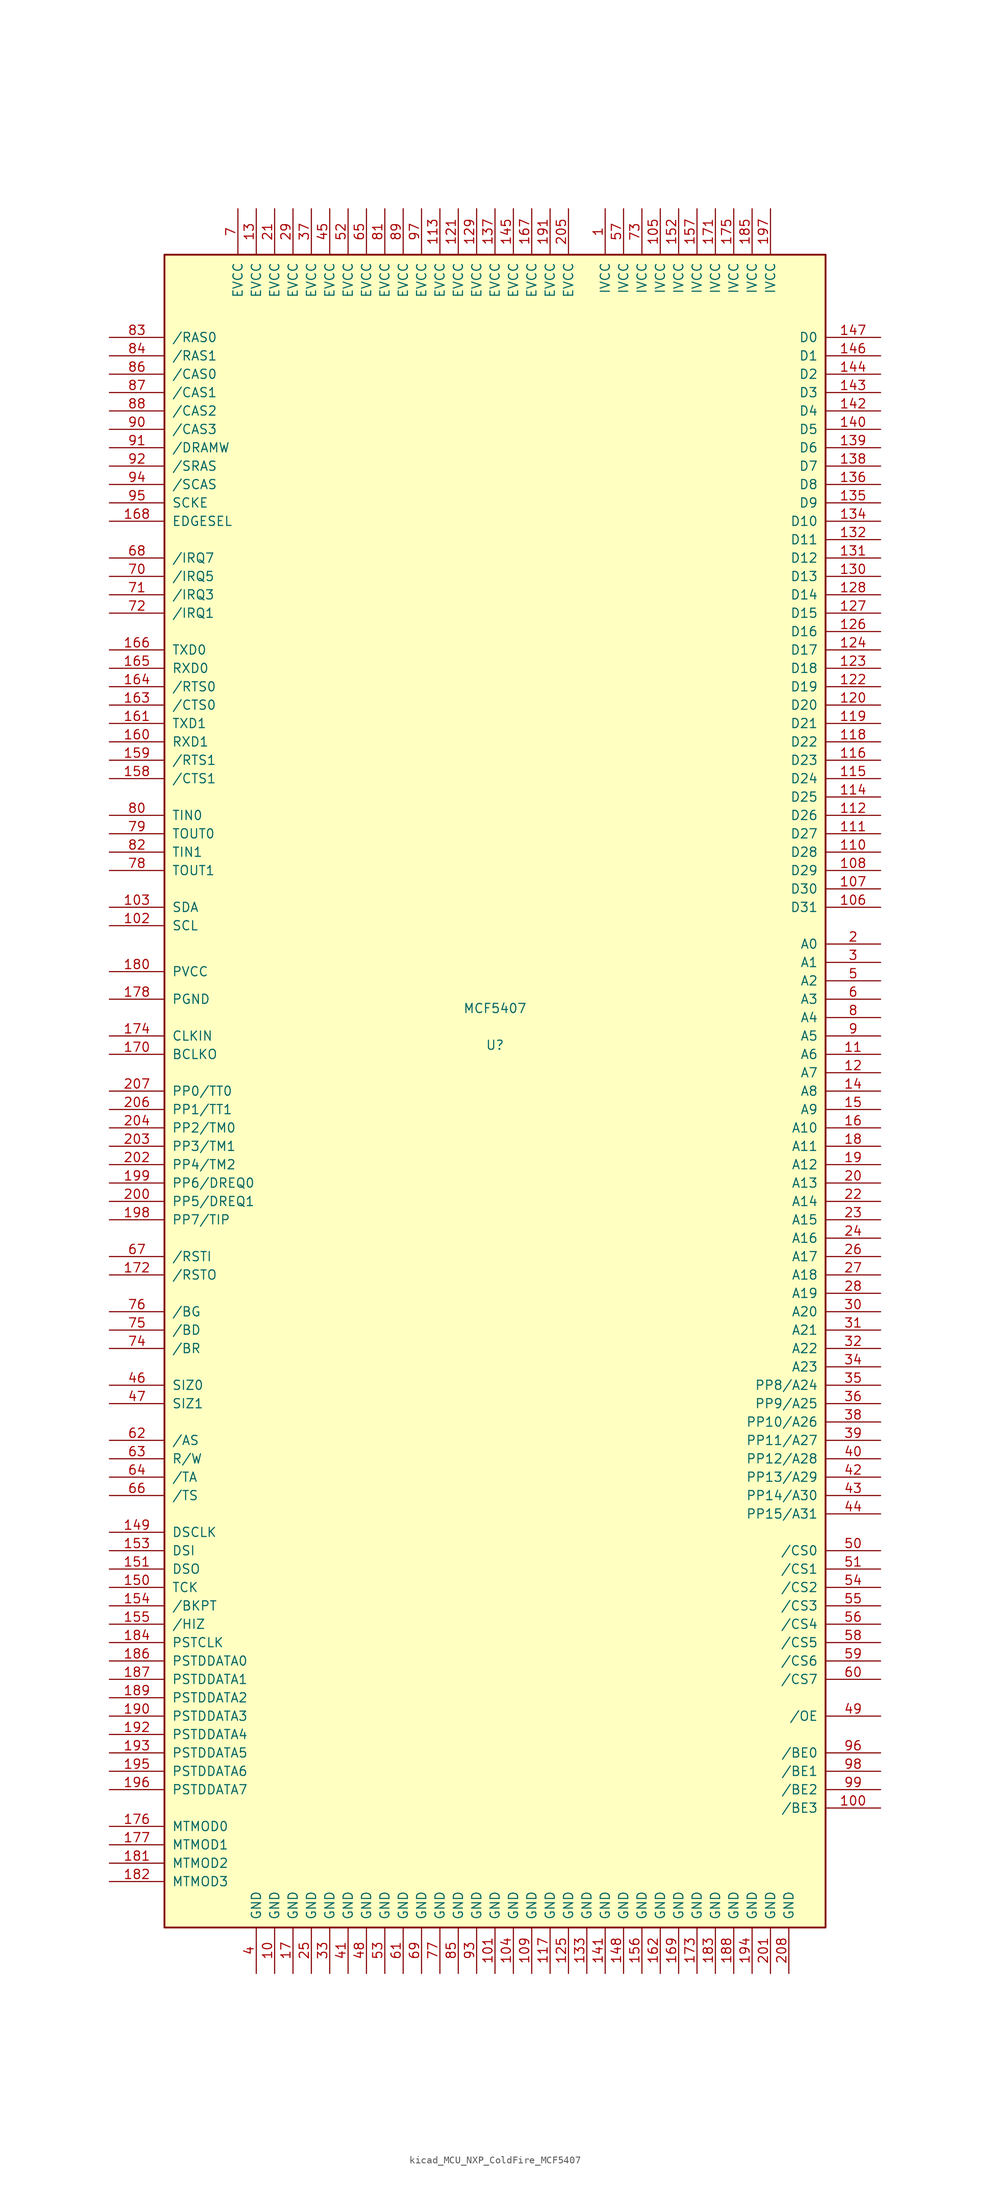
<source format=kicad_sym>
(kicad_symbol_lib
  (version 20220914)
  (generator kicad_symbol_editor)
  (symbol "kicad_MCU_NXP_ColdFire_MCF5407"
    (pin_names
      (offset 1.016))
    (property "Reference" "U"
      (at 0 6.35 0)
      (effects (font (size 1.27 1.27))))
    (property "Value" "MCF5407"
      (at 0 11.43 0)
      (effects (font (size 1.27 1.27))))
    (symbol "kicad_MCU_NXP_ColdFire_MCF5407_0_1"
      (rectangle (start -45.72 115.57) (end 45.72 -115.57) (stroke (width 0.254) (type default)) (fill (type background))))
    (symbol "kicad_MCU_NXP_ColdFire_MCF5407_1_1"
      (pin power_in line (at 15.24 121.92 270) (length 6.35) (name "IVCC" (effects (font (size 1.27 1.27)))) (number "1" (effects (font (size 1.27 1.27)))))
      (pin power_in line (at -30.48 -121.92 90) (length 6.35) (name "GND" (effects (font (size 1.27 1.27)))) (number "10" (effects (font (size 1.27 1.27)))))
      (pin bidirectional line (at 53.34 -99.06 180) (length 7.62) (name "/BE3" (effects (font (size 1.27 1.27)))) (number "100" (effects (font (size 1.27 1.27)))))
      (pin power_in line (at 0 -121.92 90) (length 6.35) (name "GND" (effects (font (size 1.27 1.27)))) (number "101" (effects (font (size 1.27 1.27)))))
      (pin bidirectional line (at -53.34 22.86 0) (length 7.62) (name "SCL" (effects (font (size 1.27 1.27)))) (number "102" (effects (font (size 1.27 1.27)))))
      (pin bidirectional line (at -53.34 25.4 0) (length 7.62) (name "SDA" (effects (font (size 1.27 1.27)))) (number "103" (effects (font (size 1.27 1.27)))))
      (pin power_in line (at 2.54 -121.92 90) (length 6.35) (name "GND" (effects (font (size 1.27 1.27)))) (number "104" (effects (font (size 1.27 1.27)))))
      (pin power_in line (at 22.86 121.92 270) (length 6.35) (name "IVCC" (effects (font (size 1.27 1.27)))) (number "105" (effects (font (size 1.27 1.27)))))
      (pin bidirectional line (at 53.34 25.4 180) (length 7.62) (name "D31" (effects (font (size 1.27 1.27)))) (number "106" (effects (font (size 1.27 1.27)))))
      (pin bidirectional line (at 53.34 27.94 180) (length 7.62) (name "D30" (effects (font (size 1.27 1.27)))) (number "107" (effects (font (size 1.27 1.27)))))
      (pin bidirectional line (at 53.34 30.48 180) (length 7.62) (name "D29" (effects (font (size 1.27 1.27)))) (number "108" (effects (font (size 1.27 1.27)))))
      (pin power_in line (at 5.08 -121.92 90) (length 6.35) (name "GND" (effects (font (size 1.27 1.27)))) (number "109" (effects (font (size 1.27 1.27)))))
      (pin bidirectional line (at 53.34 5.08 180) (length 7.62) (name "A6" (effects (font (size 1.27 1.27)))) (number "11" (effects (font (size 1.27 1.27)))))
      (pin bidirectional line (at 53.34 33.02 180) (length 7.62) (name "D28" (effects (font (size 1.27 1.27)))) (number "110" (effects (font (size 1.27 1.27)))))
      (pin bidirectional line (at 53.34 35.56 180) (length 7.62) (name "D27" (effects (font (size 1.27 1.27)))) (number "111" (effects (font (size 1.27 1.27)))))
      (pin bidirectional line (at 53.34 38.1 180) (length 7.62) (name "D26" (effects (font (size 1.27 1.27)))) (number "112" (effects (font (size 1.27 1.27)))))
      (pin power_in line (at -7.62 121.92 270) (length 6.35) (name "EVCC" (effects (font (size 1.27 1.27)))) (number "113" (effects (font (size 1.27 1.27)))))
      (pin bidirectional line (at 53.34 40.64 180) (length 7.62) (name "D25" (effects (font (size 1.27 1.27)))) (number "114" (effects (font (size 1.27 1.27)))))
      (pin bidirectional line (at 53.34 43.18 180) (length 7.62) (name "D24" (effects (font (size 1.27 1.27)))) (number "115" (effects (font (size 1.27 1.27)))))
      (pin bidirectional line (at 53.34 45.72 180) (length 7.62) (name "D23" (effects (font (size 1.27 1.27)))) (number "116" (effects (font (size 1.27 1.27)))))
      (pin power_in line (at 7.62 -121.92 90) (length 6.35) (name "GND" (effects (font (size 1.27 1.27)))) (number "117" (effects (font (size 1.27 1.27)))))
      (pin bidirectional line (at 53.34 48.26 180) (length 7.62) (name "D22" (effects (font (size 1.27 1.27)))) (number "118" (effects (font (size 1.27 1.27)))))
      (pin bidirectional line (at 53.34 50.8 180) (length 7.62) (name "D21" (effects (font (size 1.27 1.27)))) (number "119" (effects (font (size 1.27 1.27)))))
      (pin bidirectional line (at 53.34 2.54 180) (length 7.62) (name "A7" (effects (font (size 1.27 1.27)))) (number "12" (effects (font (size 1.27 1.27)))))
      (pin bidirectional line (at 53.34 53.34 180) (length 7.62) (name "D20" (effects (font (size 1.27 1.27)))) (number "120" (effects (font (size 1.27 1.27)))))
      (pin power_in line (at -5.08 121.92 270) (length 6.35) (name "EVCC" (effects (font (size 1.27 1.27)))) (number "121" (effects (font (size 1.27 1.27)))))
      (pin bidirectional line (at 53.34 55.88 180) (length 7.62) (name "D19" (effects (font (size 1.27 1.27)))) (number "122" (effects (font (size 1.27 1.27)))))
      (pin bidirectional line (at 53.34 58.42 180) (length 7.62) (name "D18" (effects (font (size 1.27 1.27)))) (number "123" (effects (font (size 1.27 1.27)))))
      (pin bidirectional line (at 53.34 60.96 180) (length 7.62) (name "D17" (effects (font (size 1.27 1.27)))) (number "124" (effects (font (size 1.27 1.27)))))
      (pin power_in line (at 10.16 -121.92 90) (length 6.35) (name "GND" (effects (font (size 1.27 1.27)))) (number "125" (effects (font (size 1.27 1.27)))))
      (pin bidirectional line (at 53.34 63.5 180) (length 7.62) (name "D16" (effects (font (size 1.27 1.27)))) (number "126" (effects (font (size 1.27 1.27)))))
      (pin bidirectional line (at 53.34 66.04 180) (length 7.62) (name "D15" (effects (font (size 1.27 1.27)))) (number "127" (effects (font (size 1.27 1.27)))))
      (pin bidirectional line (at 53.34 68.58 180) (length 7.62) (name "D14" (effects (font (size 1.27 1.27)))) (number "128" (effects (font (size 1.27 1.27)))))
      (pin power_in line (at -2.54 121.92 270) (length 6.35) (name "EVCC" (effects (font (size 1.27 1.27)))) (number "129" (effects (font (size 1.27 1.27)))))
      (pin power_in line (at -33.02 121.92 270) (length 6.35) (name "EVCC" (effects (font (size 1.27 1.27)))) (number "13" (effects (font (size 1.27 1.27)))))
      (pin bidirectional line (at 53.34 71.12 180) (length 7.62) (name "D13" (effects (font (size 1.27 1.27)))) (number "130" (effects (font (size 1.27 1.27)))))
      (pin bidirectional line (at 53.34 73.66 180) (length 7.62) (name "D12" (effects (font (size 1.27 1.27)))) (number "131" (effects (font (size 1.27 1.27)))))
      (pin bidirectional line (at 53.34 76.2 180) (length 7.62) (name "D11" (effects (font (size 1.27 1.27)))) (number "132" (effects (font (size 1.27 1.27)))))
      (pin power_in line (at 12.7 -121.92 90) (length 6.35) (name "GND" (effects (font (size 1.27 1.27)))) (number "133" (effects (font (size 1.27 1.27)))))
      (pin bidirectional line (at 53.34 78.74 180) (length 7.62) (name "D10" (effects (font (size 1.27 1.27)))) (number "134" (effects (font (size 1.27 1.27)))))
      (pin bidirectional line (at 53.34 81.28 180) (length 7.62) (name "D9" (effects (font (size 1.27 1.27)))) (number "135" (effects (font (size 1.27 1.27)))))
      (pin bidirectional line (at 53.34 83.82 180) (length 7.62) (name "D8" (effects (font (size 1.27 1.27)))) (number "136" (effects (font (size 1.27 1.27)))))
      (pin power_in line (at 0 121.92 270) (length 6.35) (name "EVCC" (effects (font (size 1.27 1.27)))) (number "137" (effects (font (size 1.27 1.27)))))
      (pin bidirectional line (at 53.34 86.36 180) (length 7.62) (name "D7" (effects (font (size 1.27 1.27)))) (number "138" (effects (font (size 1.27 1.27)))))
      (pin bidirectional line (at 53.34 88.9 180) (length 7.62) (name "D6" (effects (font (size 1.27 1.27)))) (number "139" (effects (font (size 1.27 1.27)))))
      (pin bidirectional line (at 53.34 0 180) (length 7.62) (name "A8" (effects (font (size 1.27 1.27)))) (number "14" (effects (font (size 1.27 1.27)))))
      (pin bidirectional line (at 53.34 91.44 180) (length 7.62) (name "D5" (effects (font (size 1.27 1.27)))) (number "140" (effects (font (size 1.27 1.27)))))
      (pin power_in line (at 15.24 -121.92 90) (length 6.35) (name "GND" (effects (font (size 1.27 1.27)))) (number "141" (effects (font (size 1.27 1.27)))))
      (pin bidirectional line (at 53.34 93.98 180) (length 7.62) (name "D4" (effects (font (size 1.27 1.27)))) (number "142" (effects (font (size 1.27 1.27)))))
      (pin bidirectional line (at 53.34 96.52 180) (length 7.62) (name "D3" (effects (font (size 1.27 1.27)))) (number "143" (effects (font (size 1.27 1.27)))))
      (pin bidirectional line (at 53.34 99.06 180) (length 7.62) (name "D2" (effects (font (size 1.27 1.27)))) (number "144" (effects (font (size 1.27 1.27)))))
      (pin power_in line (at 2.54 121.92 270) (length 6.35) (name "EVCC" (effects (font (size 1.27 1.27)))) (number "145" (effects (font (size 1.27 1.27)))))
      (pin bidirectional line (at 53.34 101.6 180) (length 7.62) (name "D1" (effects (font (size 1.27 1.27)))) (number "146" (effects (font (size 1.27 1.27)))))
      (pin bidirectional line (at 53.34 104.14 180) (length 7.62) (name "D0" (effects (font (size 1.27 1.27)))) (number "147" (effects (font (size 1.27 1.27)))))
      (pin power_in line (at 17.78 -121.92 90) (length 6.35) (name "GND" (effects (font (size 1.27 1.27)))) (number "148" (effects (font (size 1.27 1.27)))))
      (pin input line (at -53.34 -60.96 0) (length 7.62) (name "DSCLK" (effects (font (size 1.27 1.27)))) (number "149" (effects (font (size 1.27 1.27)))))
      (pin bidirectional line (at 53.34 -2.54 180) (length 7.62) (name "A9" (effects (font (size 1.27 1.27)))) (number "15" (effects (font (size 1.27 1.27)))))
      (pin input line (at -53.34 -68.58 0) (length 7.62) (name "TCK" (effects (font (size 1.27 1.27)))) (number "150" (effects (font (size 1.27 1.27)))))
      (pin output line (at -53.34 -66.04 0) (length 7.62) (name "DSO" (effects (font (size 1.27 1.27)))) (number "151" (effects (font (size 1.27 1.27)))))
      (pin power_in line (at 25.4 121.92 270) (length 6.35) (name "IVCC" (effects (font (size 1.27 1.27)))) (number "152" (effects (font (size 1.27 1.27)))))
      (pin input line (at -53.34 -63.5 0) (length 7.62) (name "DSI" (effects (font (size 1.27 1.27)))) (number "153" (effects (font (size 1.27 1.27)))))
      (pin input line (at -53.34 -71.12 0) (length 7.62) (name "/BKPT" (effects (font (size 1.27 1.27)))) (number "154" (effects (font (size 1.27 1.27)))))
      (pin input line (at -53.34 -73.66 0) (length 7.62) (name "/HIZ" (effects (font (size 1.27 1.27)))) (number "155" (effects (font (size 1.27 1.27)))))
      (pin power_in line (at 20.32 -121.92 90) (length 6.35) (name "GND" (effects (font (size 1.27 1.27)))) (number "156" (effects (font (size 1.27 1.27)))))
      (pin power_in line (at 27.94 121.92 270) (length 6.35) (name "IVCC" (effects (font (size 1.27 1.27)))) (number "157" (effects (font (size 1.27 1.27)))))
      (pin input line (at -53.34 43.18 0) (length 7.62) (name "/CTS1" (effects (font (size 1.27 1.27)))) (number "158" (effects (font (size 1.27 1.27)))))
      (pin output line (at -53.34 45.72 0) (length 7.62) (name "/RTS1" (effects (font (size 1.27 1.27)))) (number "159" (effects (font (size 1.27 1.27)))))
      (pin bidirectional line (at 53.34 -5.08 180) (length 7.62) (name "A10" (effects (font (size 1.27 1.27)))) (number "16" (effects (font (size 1.27 1.27)))))
      (pin input line (at -53.34 48.26 0) (length 7.62) (name "RXD1" (effects (font (size 1.27 1.27)))) (number "160" (effects (font (size 1.27 1.27)))))
      (pin output line (at -53.34 50.8 0) (length 7.62) (name "TXD1" (effects (font (size 1.27 1.27)))) (number "161" (effects (font (size 1.27 1.27)))))
      (pin power_in line (at 22.86 -121.92 90) (length 6.35) (name "GND" (effects (font (size 1.27 1.27)))) (number "162" (effects (font (size 1.27 1.27)))))
      (pin input line (at -53.34 53.34 0) (length 7.62) (name "/CTS0" (effects (font (size 1.27 1.27)))) (number "163" (effects (font (size 1.27 1.27)))))
      (pin output line (at -53.34 55.88 0) (length 7.62) (name "/RTS0" (effects (font (size 1.27 1.27)))) (number "164" (effects (font (size 1.27 1.27)))))
      (pin input line (at -53.34 58.42 0) (length 7.62) (name "RXD0" (effects (font (size 1.27 1.27)))) (number "165" (effects (font (size 1.27 1.27)))))
      (pin output line (at -53.34 60.96 0) (length 7.62) (name "TXD0" (effects (font (size 1.27 1.27)))) (number "166" (effects (font (size 1.27 1.27)))))
      (pin power_in line (at 5.08 121.92 270) (length 6.35) (name "EVCC" (effects (font (size 1.27 1.27)))) (number "167" (effects (font (size 1.27 1.27)))))
      (pin input line (at -53.34 78.74 0) (length 7.62) (name "EDGESEL" (effects (font (size 1.27 1.27)))) (number "168" (effects (font (size 1.27 1.27)))))
      (pin power_in line (at 25.4 -121.92 90) (length 6.35) (name "GND" (effects (font (size 1.27 1.27)))) (number "169" (effects (font (size 1.27 1.27)))))
      (pin power_in line (at -27.94 -121.92 90) (length 6.35) (name "GND" (effects (font (size 1.27 1.27)))) (number "17" (effects (font (size 1.27 1.27)))))
      (pin output line (at -53.34 5.08 0) (length 7.62) (name "BCLKO" (effects (font (size 1.27 1.27)))) (number "170" (effects (font (size 1.27 1.27)))))
      (pin power_in line (at 30.48 121.92 270) (length 6.35) (name "IVCC" (effects (font (size 1.27 1.27)))) (number "171" (effects (font (size 1.27 1.27)))))
      (pin output line (at -53.34 -25.4 0) (length 7.62) (name "/RSTO" (effects (font (size 1.27 1.27)))) (number "172" (effects (font (size 1.27 1.27)))))
      (pin power_in line (at 27.94 -121.92 90) (length 6.35) (name "GND" (effects (font (size 1.27 1.27)))) (number "173" (effects (font (size 1.27 1.27)))))
      (pin output line (at -53.34 7.62 0) (length 7.62) (name "CLKIN" (effects (font (size 1.27 1.27)))) (number "174" (effects (font (size 1.27 1.27)))))
      (pin power_in line (at 33.02 121.92 270) (length 6.35) (name "IVCC" (effects (font (size 1.27 1.27)))) (number "175" (effects (font (size 1.27 1.27)))))
      (pin input line (at -53.34 -101.6 0) (length 7.62) (name "MTMOD0" (effects (font (size 1.27 1.27)))) (number "176" (effects (font (size 1.27 1.27)))))
      (pin input line (at -53.34 -104.14 0) (length 7.62) (name "MTMOD1" (effects (font (size 1.27 1.27)))) (number "177" (effects (font (size 1.27 1.27)))))
      (pin passive line (at -53.34 12.7 0) (length 7.62) (name "PGND" (effects (font (size 1.27 1.27)))) (number "178" (effects (font (size 1.27 1.27)))))
      (pin bidirectional line (at 53.34 -7.62 180) (length 7.62) (name "A11" (effects (font (size 1.27 1.27)))) (number "18" (effects (font (size 1.27 1.27)))))
      (pin passive line (at -53.34 16.51 0) (length 7.62) (name "PVCC" (effects (font (size 1.27 1.27)))) (number "180" (effects (font (size 1.27 1.27)))))
      (pin input line (at -53.34 -106.68 0) (length 7.62) (name "MTMOD2" (effects (font (size 1.27 1.27)))) (number "181" (effects (font (size 1.27 1.27)))))
      (pin input line (at -53.34 -109.22 0) (length 7.62) (name "MTMOD3" (effects (font (size 1.27 1.27)))) (number "182" (effects (font (size 1.27 1.27)))))
      (pin power_in line (at 30.48 -121.92 90) (length 6.35) (name "GND" (effects (font (size 1.27 1.27)))) (number "183" (effects (font (size 1.27 1.27)))))
      (pin output line (at -53.34 -76.2 0) (length 7.62) (name "PSTCLK" (effects (font (size 1.27 1.27)))) (number "184" (effects (font (size 1.27 1.27)))))
      (pin power_in line (at 35.56 121.92 270) (length 6.35) (name "IVCC" (effects (font (size 1.27 1.27)))) (number "185" (effects (font (size 1.27 1.27)))))
      (pin output line (at -53.34 -78.74 0) (length 7.62) (name "PSTDDATA0" (effects (font (size 1.27 1.27)))) (number "186" (effects (font (size 1.27 1.27)))))
      (pin output line (at -53.34 -81.28 0) (length 7.62) (name "PSTDDATA1" (effects (font (size 1.27 1.27)))) (number "187" (effects (font (size 1.27 1.27)))))
      (pin power_in line (at 33.02 -121.92 90) (length 6.35) (name "GND" (effects (font (size 1.27 1.27)))) (number "188" (effects (font (size 1.27 1.27)))))
      (pin output line (at -53.34 -83.82 0) (length 7.62) (name "PSTDDATA2" (effects (font (size 1.27 1.27)))) (number "189" (effects (font (size 1.27 1.27)))))
      (pin bidirectional line (at 53.34 -10.16 180) (length 7.62) (name "A12" (effects (font (size 1.27 1.27)))) (number "19" (effects (font (size 1.27 1.27)))))
      (pin output line (at -53.34 -86.36 0) (length 7.62) (name "PSTDDATA3" (effects (font (size 1.27 1.27)))) (number "190" (effects (font (size 1.27 1.27)))))
      (pin power_in line (at 7.62 121.92 270) (length 6.35) (name "EVCC" (effects (font (size 1.27 1.27)))) (number "191" (effects (font (size 1.27 1.27)))))
      (pin output line (at -53.34 -88.9 0) (length 7.62) (name "PSTDDATA4" (effects (font (size 1.27 1.27)))) (number "192" (effects (font (size 1.27 1.27)))))
      (pin output line (at -53.34 -91.44 0) (length 7.62) (name "PSTDDATA5" (effects (font (size 1.27 1.27)))) (number "193" (effects (font (size 1.27 1.27)))))
      (pin power_in line (at 35.56 -121.92 90) (length 6.35) (name "GND" (effects (font (size 1.27 1.27)))) (number "194" (effects (font (size 1.27 1.27)))))
      (pin output line (at -53.34 -93.98 0) (length 7.62) (name "PSTDDATA6" (effects (font (size 1.27 1.27)))) (number "195" (effects (font (size 1.27 1.27)))))
      (pin output line (at -53.34 -96.52 0) (length 7.62) (name "PSTDDATA7" (effects (font (size 1.27 1.27)))) (number "196" (effects (font (size 1.27 1.27)))))
      (pin power_in line (at 38.1 121.92 270) (length 6.35) (name "IVCC" (effects (font (size 1.27 1.27)))) (number "197" (effects (font (size 1.27 1.27)))))
      (pin bidirectional line (at -53.34 -17.78 0) (length 7.62) (name "PP7/TIP" (effects (font (size 1.27 1.27)))) (number "198" (effects (font (size 1.27 1.27)))))
      (pin bidirectional line (at -53.34 -12.7 0) (length 7.62) (name "PP6/DREQ0" (effects (font (size 1.27 1.27)))) (number "199" (effects (font (size 1.27 1.27)))))
      (pin bidirectional line (at 53.34 20.32 180) (length 7.62) (name "A0" (effects (font (size 1.27 1.27)))) (number "2" (effects (font (size 1.27 1.27)))))
      (pin bidirectional line (at 53.34 -12.7 180) (length 7.62) (name "A13" (effects (font (size 1.27 1.27)))) (number "20" (effects (font (size 1.27 1.27)))))
      (pin bidirectional line (at -53.34 -15.24 0) (length 7.62) (name "PP5/DREQ1" (effects (font (size 1.27 1.27)))) (number "200" (effects (font (size 1.27 1.27)))))
      (pin power_in line (at 38.1 -121.92 90) (length 6.35) (name "GND" (effects (font (size 1.27 1.27)))) (number "201" (effects (font (size 1.27 1.27)))))
      (pin bidirectional line (at -53.34 -10.16 0) (length 7.62) (name "PP4/TM2" (effects (font (size 1.27 1.27)))) (number "202" (effects (font (size 1.27 1.27)))))
      (pin bidirectional line (at -53.34 -7.62 0) (length 7.62) (name "PP3/TM1" (effects (font (size 1.27 1.27)))) (number "203" (effects (font (size 1.27 1.27)))))
      (pin bidirectional line (at -53.34 -5.08 0) (length 7.62) (name "PP2/TM0" (effects (font (size 1.27 1.27)))) (number "204" (effects (font (size 1.27 1.27)))))
      (pin power_in line (at 10.16 121.92 270) (length 6.35) (name "EVCC" (effects (font (size 1.27 1.27)))) (number "205" (effects (font (size 1.27 1.27)))))
      (pin bidirectional line (at -53.34 -2.54 0) (length 7.62) (name "PP1/TT1" (effects (font (size 1.27 1.27)))) (number "206" (effects (font (size 1.27 1.27)))))
      (pin bidirectional line (at -53.34 0 0) (length 7.62) (name "PP0/TT0" (effects (font (size 1.27 1.27)))) (number "207" (effects (font (size 1.27 1.27)))))
      (pin power_in line (at 40.64 -121.92 90) (length 6.35) (name "GND" (effects (font (size 1.27 1.27)))) (number "208" (effects (font (size 1.27 1.27)))))
      (pin power_in line (at -30.48 121.92 270) (length 6.35) (name "EVCC" (effects (font (size 1.27 1.27)))) (number "21" (effects (font (size 1.27 1.27)))))
      (pin bidirectional line (at 53.34 -15.24 180) (length 7.62) (name "A14" (effects (font (size 1.27 1.27)))) (number "22" (effects (font (size 1.27 1.27)))))
      (pin bidirectional line (at 53.34 -17.78 180) (length 7.62) (name "A15" (effects (font (size 1.27 1.27)))) (number "23" (effects (font (size 1.27 1.27)))))
      (pin bidirectional line (at 53.34 -20.32 180) (length 7.62) (name "A16" (effects (font (size 1.27 1.27)))) (number "24" (effects (font (size 1.27 1.27)))))
      (pin power_in line (at -25.4 -121.92 90) (length 6.35) (name "GND" (effects (font (size 1.27 1.27)))) (number "25" (effects (font (size 1.27 1.27)))))
      (pin bidirectional line (at 53.34 -22.86 180) (length 7.62) (name "A17" (effects (font (size 1.27 1.27)))) (number "26" (effects (font (size 1.27 1.27)))))
      (pin bidirectional line (at 53.34 -25.4 180) (length 7.62) (name "A18" (effects (font (size 1.27 1.27)))) (number "27" (effects (font (size 1.27 1.27)))))
      (pin bidirectional line (at 53.34 -27.94 180) (length 7.62) (name "A19" (effects (font (size 1.27 1.27)))) (number "28" (effects (font (size 1.27 1.27)))))
      (pin power_in line (at -27.94 121.92 270) (length 6.35) (name "EVCC" (effects (font (size 1.27 1.27)))) (number "29" (effects (font (size 1.27 1.27)))))
      (pin bidirectional line (at 53.34 17.78 180) (length 7.62) (name "A1" (effects (font (size 1.27 1.27)))) (number "3" (effects (font (size 1.27 1.27)))))
      (pin bidirectional line (at 53.34 -30.48 180) (length 7.62) (name "A20" (effects (font (size 1.27 1.27)))) (number "30" (effects (font (size 1.27 1.27)))))
      (pin bidirectional line (at 53.34 -33.02 180) (length 7.62) (name "A21" (effects (font (size 1.27 1.27)))) (number "31" (effects (font (size 1.27 1.27)))))
      (pin bidirectional line (at 53.34 -35.56 180) (length 7.62) (name "A22" (effects (font (size 1.27 1.27)))) (number "32" (effects (font (size 1.27 1.27)))))
      (pin power_in line (at -22.86 -121.92 90) (length 6.35) (name "GND" (effects (font (size 1.27 1.27)))) (number "33" (effects (font (size 1.27 1.27)))))
      (pin bidirectional line (at 53.34 -38.1 180) (length 7.62) (name "A23" (effects (font (size 1.27 1.27)))) (number "34" (effects (font (size 1.27 1.27)))))
      (pin bidirectional line (at 53.34 -40.64 180) (length 7.62) (name "PP8/A24" (effects (font (size 1.27 1.27)))) (number "35" (effects (font (size 1.27 1.27)))))
      (pin bidirectional line (at 53.34 -43.18 180) (length 7.62) (name "PP9/A25" (effects (font (size 1.27 1.27)))) (number "36" (effects (font (size 1.27 1.27)))))
      (pin power_in line (at -25.4 121.92 270) (length 6.35) (name "EVCC" (effects (font (size 1.27 1.27)))) (number "37" (effects (font (size 1.27 1.27)))))
      (pin bidirectional line (at 53.34 -45.72 180) (length 7.62) (name "PP10/A26" (effects (font (size 1.27 1.27)))) (number "38" (effects (font (size 1.27 1.27)))))
      (pin bidirectional line (at 53.34 -48.26 180) (length 7.62) (name "PP11/A27" (effects (font (size 1.27 1.27)))) (number "39" (effects (font (size 1.27 1.27)))))
      (pin power_in line (at -33.02 -121.92 90) (length 6.35) (name "GND" (effects (font (size 1.27 1.27)))) (number "4" (effects (font (size 1.27 1.27)))))
      (pin bidirectional line (at 53.34 -50.8 180) (length 7.62) (name "PP12/A28" (effects (font (size 1.27 1.27)))) (number "40" (effects (font (size 1.27 1.27)))))
      (pin power_in line (at -20.32 -121.92 90) (length 6.35) (name "GND" (effects (font (size 1.27 1.27)))) (number "41" (effects (font (size 1.27 1.27)))))
      (pin bidirectional line (at 53.34 -53.34 180) (length 7.62) (name "PP13/A29" (effects (font (size 1.27 1.27)))) (number "42" (effects (font (size 1.27 1.27)))))
      (pin bidirectional line (at 53.34 -55.88 180) (length 7.62) (name "PP14/A30" (effects (font (size 1.27 1.27)))) (number "43" (effects (font (size 1.27 1.27)))))
      (pin bidirectional line (at 53.34 -58.42 180) (length 7.62) (name "PP15/A31" (effects (font (size 1.27 1.27)))) (number "44" (effects (font (size 1.27 1.27)))))
      (pin power_in line (at -22.86 121.92 270) (length 6.35) (name "EVCC" (effects (font (size 1.27 1.27)))) (number "45" (effects (font (size 1.27 1.27)))))
      (pin bidirectional line (at -53.34 -40.64 0) (length 7.62) (name "SIZ0" (effects (font (size 1.27 1.27)))) (number "46" (effects (font (size 1.27 1.27)))))
      (pin bidirectional line (at -53.34 -43.18 0) (length 7.62) (name "SIZ1" (effects (font (size 1.27 1.27)))) (number "47" (effects (font (size 1.27 1.27)))))
      (pin power_in line (at -17.78 -121.92 90) (length 6.35) (name "GND" (effects (font (size 1.27 1.27)))) (number "48" (effects (font (size 1.27 1.27)))))
      (pin output line (at 53.34 -86.36 180) (length 7.62) (name "/OE" (effects (font (size 1.27 1.27)))) (number "49" (effects (font (size 1.27 1.27)))))
      (pin bidirectional line (at 53.34 15.24 180) (length 7.62) (name "A2" (effects (font (size 1.27 1.27)))) (number "5" (effects (font (size 1.27 1.27)))))
      (pin output line (at 53.34 -63.5 180) (length 7.62) (name "/CS0" (effects (font (size 1.27 1.27)))) (number "50" (effects (font (size 1.27 1.27)))))
      (pin output line (at 53.34 -66.04 180) (length 7.62) (name "/CS1" (effects (font (size 1.27 1.27)))) (number "51" (effects (font (size 1.27 1.27)))))
      (pin power_in line (at -20.32 121.92 270) (length 6.35) (name "EVCC" (effects (font (size 1.27 1.27)))) (number "52" (effects (font (size 1.27 1.27)))))
      (pin power_in line (at -15.24 -121.92 90) (length 6.35) (name "GND" (effects (font (size 1.27 1.27)))) (number "53" (effects (font (size 1.27 1.27)))))
      (pin output line (at 53.34 -68.58 180) (length 7.62) (name "/CS2" (effects (font (size 1.27 1.27)))) (number "54" (effects (font (size 1.27 1.27)))))
      (pin output line (at 53.34 -71.12 180) (length 7.62) (name "/CS3" (effects (font (size 1.27 1.27)))) (number "55" (effects (font (size 1.27 1.27)))))
      (pin output line (at 53.34 -73.66 180) (length 7.62) (name "/CS4" (effects (font (size 1.27 1.27)))) (number "56" (effects (font (size 1.27 1.27)))))
      (pin power_in line (at 17.78 121.92 270) (length 6.35) (name "IVCC" (effects (font (size 1.27 1.27)))) (number "57" (effects (font (size 1.27 1.27)))))
      (pin output line (at 53.34 -76.2 180) (length 7.62) (name "/CS5" (effects (font (size 1.27 1.27)))) (number "58" (effects (font (size 1.27 1.27)))))
      (pin output line (at 53.34 -78.74 180) (length 7.62) (name "/CS6" (effects (font (size 1.27 1.27)))) (number "59" (effects (font (size 1.27 1.27)))))
      (pin bidirectional line (at 53.34 12.7 180) (length 7.62) (name "A3" (effects (font (size 1.27 1.27)))) (number "6" (effects (font (size 1.27 1.27)))))
      (pin output line (at 53.34 -81.28 180) (length 7.62) (name "/CS7" (effects (font (size 1.27 1.27)))) (number "60" (effects (font (size 1.27 1.27)))))
      (pin power_in line (at -12.7 -121.92 90) (length 6.35) (name "GND" (effects (font (size 1.27 1.27)))) (number "61" (effects (font (size 1.27 1.27)))))
      (pin bidirectional line (at -53.34 -48.26 0) (length 7.62) (name "/AS" (effects (font (size 1.27 1.27)))) (number "62" (effects (font (size 1.27 1.27)))))
      (pin bidirectional line (at -53.34 -50.8 0) (length 7.62) (name "R/W" (effects (font (size 1.27 1.27)))) (number "63" (effects (font (size 1.27 1.27)))))
      (pin bidirectional line (at -53.34 -53.34 0) (length 7.62) (name "/TA" (effects (font (size 1.27 1.27)))) (number "64" (effects (font (size 1.27 1.27)))))
      (pin power_in line (at -17.78 121.92 270) (length 6.35) (name "EVCC" (effects (font (size 1.27 1.27)))) (number "65" (effects (font (size 1.27 1.27)))))
      (pin bidirectional line (at -53.34 -55.88 0) (length 7.62) (name "/TS" (effects (font (size 1.27 1.27)))) (number "66" (effects (font (size 1.27 1.27)))))
      (pin input line (at -53.34 -22.86 0) (length 7.62) (name "/RSTI" (effects (font (size 1.27 1.27)))) (number "67" (effects (font (size 1.27 1.27)))))
      (pin input line (at -53.34 73.66 0) (length 7.62) (name "/IRQ7" (effects (font (size 1.27 1.27)))) (number "68" (effects (font (size 1.27 1.27)))))
      (pin power_in line (at -10.16 -121.92 90) (length 6.35) (name "GND" (effects (font (size 1.27 1.27)))) (number "69" (effects (font (size 1.27 1.27)))))
      (pin power_in line (at -35.56 121.92 270) (length 6.35) (name "EVCC" (effects (font (size 1.27 1.27)))) (number "7" (effects (font (size 1.27 1.27)))))
      (pin input line (at -53.34 71.12 0) (length 7.62) (name "/IRQ5" (effects (font (size 1.27 1.27)))) (number "70" (effects (font (size 1.27 1.27)))))
      (pin input line (at -53.34 68.58 0) (length 7.62) (name "/IRQ3" (effects (font (size 1.27 1.27)))) (number "71" (effects (font (size 1.27 1.27)))))
      (pin input line (at -53.34 66.04 0) (length 7.62) (name "/IRQ1" (effects (font (size 1.27 1.27)))) (number "72" (effects (font (size 1.27 1.27)))))
      (pin power_in line (at 20.32 121.92 270) (length 6.35) (name "IVCC" (effects (font (size 1.27 1.27)))) (number "73" (effects (font (size 1.27 1.27)))))
      (pin output line (at -53.34 -35.56 0) (length 7.62) (name "/BR" (effects (font (size 1.27 1.27)))) (number "74" (effects (font (size 1.27 1.27)))))
      (pin output line (at -53.34 -33.02 0) (length 7.62) (name "/BD" (effects (font (size 1.27 1.27)))) (number "75" (effects (font (size 1.27 1.27)))))
      (pin input line (at -53.34 -30.48 0) (length 7.62) (name "/BG" (effects (font (size 1.27 1.27)))) (number "76" (effects (font (size 1.27 1.27)))))
      (pin power_in line (at -7.62 -121.92 90) (length 6.35) (name "GND" (effects (font (size 1.27 1.27)))) (number "77" (effects (font (size 1.27 1.27)))))
      (pin output line (at -53.34 30.48 0) (length 7.62) (name "TOUT1" (effects (font (size 1.27 1.27)))) (number "78" (effects (font (size 1.27 1.27)))))
      (pin output line (at -53.34 35.56 0) (length 7.62) (name "TOUT0" (effects (font (size 1.27 1.27)))) (number "79" (effects (font (size 1.27 1.27)))))
      (pin bidirectional line (at 53.34 10.16 180) (length 7.62) (name "A4" (effects (font (size 1.27 1.27)))) (number "8" (effects (font (size 1.27 1.27)))))
      (pin input line (at -53.34 38.1 0) (length 7.62) (name "TIN0" (effects (font (size 1.27 1.27)))) (number "80" (effects (font (size 1.27 1.27)))))
      (pin power_in line (at -15.24 121.92 270) (length 6.35) (name "EVCC" (effects (font (size 1.27 1.27)))) (number "81" (effects (font (size 1.27 1.27)))))
      (pin input line (at -53.34 33.02 0) (length 7.62) (name "TIN1" (effects (font (size 1.27 1.27)))) (number "82" (effects (font (size 1.27 1.27)))))
      (pin output line (at -53.34 104.14 0) (length 7.62) (name "/RAS0" (effects (font (size 1.27 1.27)))) (number "83" (effects (font (size 1.27 1.27)))))
      (pin output line (at -53.34 101.6 0) (length 7.62) (name "/RAS1" (effects (font (size 1.27 1.27)))) (number "84" (effects (font (size 1.27 1.27)))))
      (pin power_in line (at -5.08 -121.92 90) (length 6.35) (name "GND" (effects (font (size 1.27 1.27)))) (number "85" (effects (font (size 1.27 1.27)))))
      (pin output line (at -53.34 99.06 0) (length 7.62) (name "/CAS0" (effects (font (size 1.27 1.27)))) (number "86" (effects (font (size 1.27 1.27)))))
      (pin output line (at -53.34 96.52 0) (length 7.62) (name "/CAS1" (effects (font (size 1.27 1.27)))) (number "87" (effects (font (size 1.27 1.27)))))
      (pin output line (at -53.34 93.98 0) (length 7.62) (name "/CAS2" (effects (font (size 1.27 1.27)))) (number "88" (effects (font (size 1.27 1.27)))))
      (pin power_in line (at -12.7 121.92 270) (length 6.35) (name "EVCC" (effects (font (size 1.27 1.27)))) (number "89" (effects (font (size 1.27 1.27)))))
      (pin bidirectional line (at 53.34 7.62 180) (length 7.62) (name "A5" (effects (font (size 1.27 1.27)))) (number "9" (effects (font (size 1.27 1.27)))))
      (pin output line (at -53.34 91.44 0) (length 7.62) (name "/CAS3" (effects (font (size 1.27 1.27)))) (number "90" (effects (font (size 1.27 1.27)))))
      (pin output line (at -53.34 88.9 0) (length 7.62) (name "/DRAMW" (effects (font (size 1.27 1.27)))) (number "91" (effects (font (size 1.27 1.27)))))
      (pin output line (at -53.34 86.36 0) (length 7.62) (name "/SRAS" (effects (font (size 1.27 1.27)))) (number "92" (effects (font (size 1.27 1.27)))))
      (pin power_in line (at -2.54 -121.92 90) (length 6.35) (name "GND" (effects (font (size 1.27 1.27)))) (number "93" (effects (font (size 1.27 1.27)))))
      (pin output line (at -53.34 83.82 0) (length 7.62) (name "/SCAS" (effects (font (size 1.27 1.27)))) (number "94" (effects (font (size 1.27 1.27)))))
      (pin output line (at -53.34 81.28 0) (length 7.62) (name "SCKE" (effects (font (size 1.27 1.27)))) (number "95" (effects (font (size 1.27 1.27)))))
      (pin bidirectional line (at 53.34 -91.44 180) (length 7.62) (name "/BE0" (effects (font (size 1.27 1.27)))) (number "96" (effects (font (size 1.27 1.27)))))
      (pin power_in line (at -10.16 121.92 270) (length 6.35) (name "EVCC" (effects (font (size 1.27 1.27)))) (number "97" (effects (font (size 1.27 1.27)))))
      (pin bidirectional line (at 53.34 -93.98 180) (length 7.62) (name "/BE1" (effects (font (size 1.27 1.27)))) (number "98" (effects (font (size 1.27 1.27)))))
      (pin bidirectional line (at 53.34 -96.52 180) (length 7.62) (name "/BE2" (effects (font (size 1.27 1.27)))) (number "99" (effects (font (size 1.27 1.27))))))))
</source>
